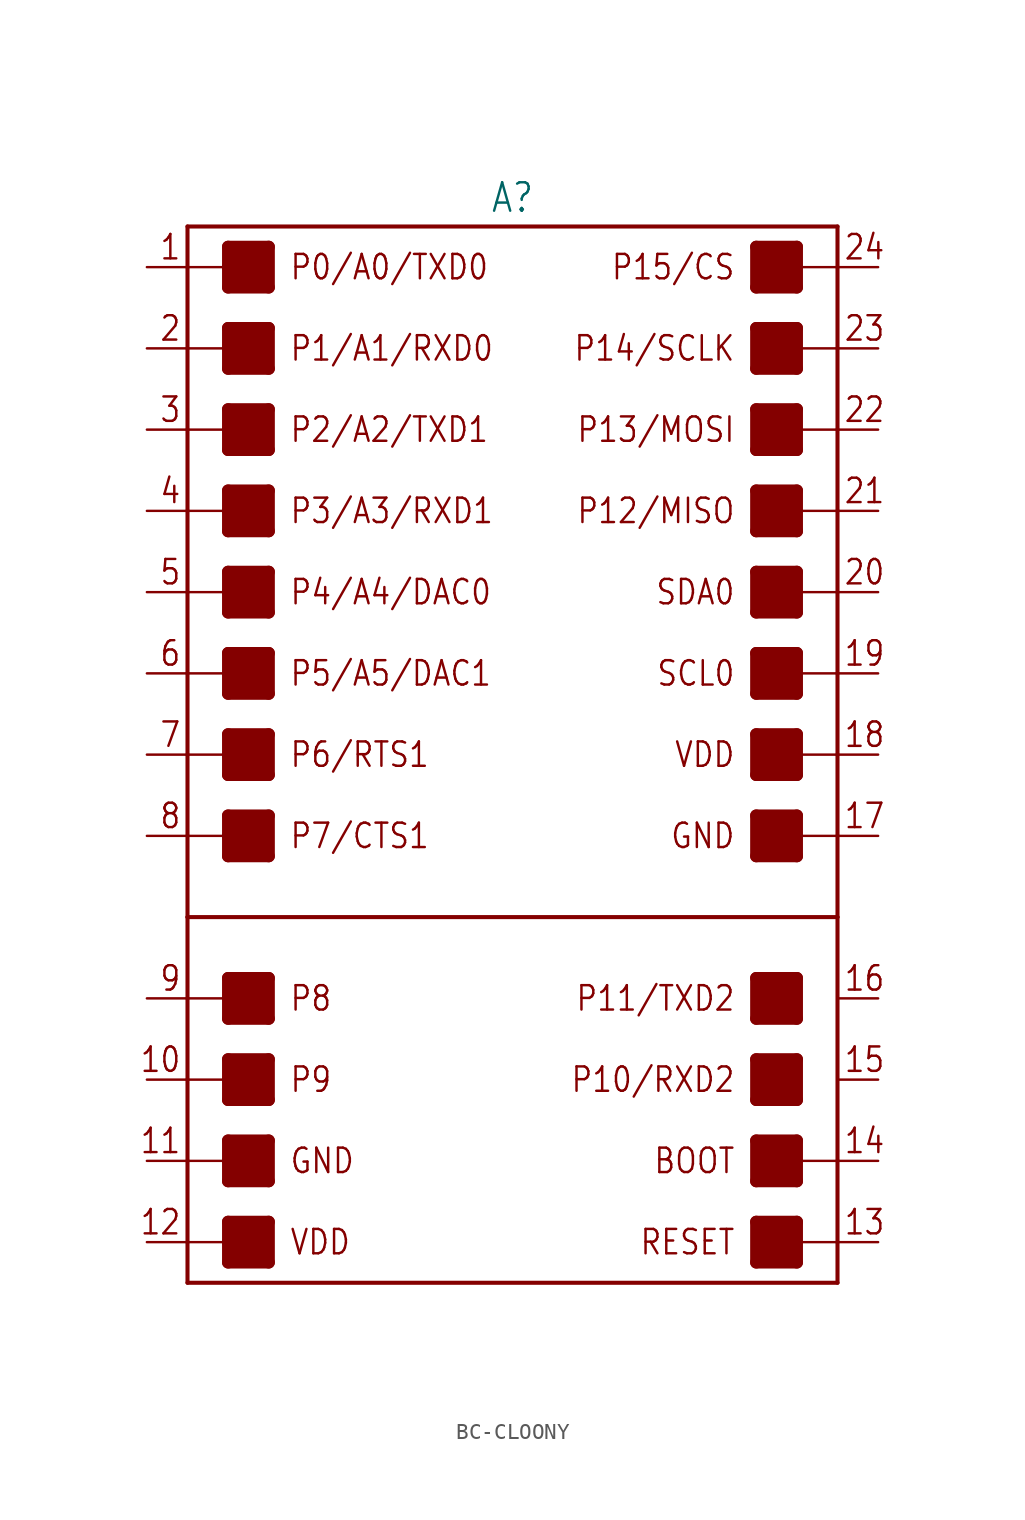
<source format=kicad_sym>
(kicad_symbol_lib
  (version 20231120)
  (generator "kicad_symbol_editor")
  (generator_version "8.0")
  (symbol "BC-CLOONY"
    (property "Reference" "A"
      (at 0 33.782 0)
      (effects (font (size 1.778 1.511)) (justify bottom)))
    (property "Value" ""
      (at 0 -33.782 0)
      (effects (font (size 1.778 1.511)) (justify top)))
    (property "ki_locked" ""
      (at 0 0 0)
      (effects (font (size 1.27 1.27))))
    (symbol "BC-CLOONY_1_0"
      (rectangle (start -17.78 -31.75) (end -15.24 -29.21) (stroke (width 0) (type default)) (fill (type outline)))
      (rectangle (start -17.78 -26.67) (end -15.24 -24.13) (stroke (width 0) (type default)) (fill (type outline)))
      (rectangle (start -17.78 -21.59) (end -15.24 -19.05) (stroke (width 0) (type default)) (fill (type outline)))
      (rectangle (start -17.78 -16.51) (end -15.24 -13.97) (stroke (width 0) (type default)) (fill (type outline)))
      (rectangle (start -17.78 -6.35) (end -15.24 -3.81) (stroke (width 0) (type default)) (fill (type outline)))
      (rectangle (start -17.78 -1.27) (end -15.24 1.27) (stroke (width 0) (type default)) (fill (type outline)))
      (rectangle (start -17.78 3.81) (end -15.24 6.35) (stroke (width 0) (type default)) (fill (type outline)))
      (rectangle (start -17.78 8.89) (end -15.24 11.43) (stroke (width 0) (type default)) (fill (type outline)))
      (rectangle (start -17.78 13.97) (end -15.24 16.51) (stroke (width 0) (type default)) (fill (type outline)))
      (rectangle (start -17.78 19.05) (end -15.24 21.59) (stroke (width 0) (type default)) (fill (type outline)))
      (rectangle (start -17.78 24.13) (end -15.24 26.67) (stroke (width 0) (type default)) (fill (type outline)))
      (rectangle (start -17.78 29.21) (end -15.24 31.75) (stroke (width 0) (type default)) (fill (type outline)))
      (polyline (pts (xy -20.32 -30.48) (xy -20.32 -33.02)) (stroke (width 0.254) (type solid)) (fill (type none)))
      (polyline (pts (xy -20.32 -30.48) (xy -17.78 -30.48)) (stroke (width 0.152) (type solid)) (fill (type none)))
      (polyline (pts (xy -20.32 -25.4) (xy -20.32 -30.48)) (stroke (width 0.254) (type solid)) (fill (type none)))
      (polyline (pts (xy -20.32 -25.4) (xy -17.78 -25.4)) (stroke (width 0.152) (type solid)) (fill (type none)))
      (polyline (pts (xy -20.32 -20.32) (xy -20.32 -25.4)) (stroke (width 0.254) (type solid)) (fill (type none)))
      (polyline (pts (xy -20.32 -20.32) (xy -17.78 -20.32)) (stroke (width 0.152) (type solid)) (fill (type none)))
      (polyline (pts (xy -20.32 -15.24) (xy -20.32 -20.32)) (stroke (width 0.254) (type solid)) (fill (type none)))
      (polyline (pts (xy -20.32 -15.24) (xy -17.78 -15.24)) (stroke (width 0.152) (type solid)) (fill (type none)))
      (polyline (pts (xy -20.32 -10.16) (xy -20.32 -15.24)) (stroke (width 0.254) (type solid)) (fill (type none)))
      (polyline (pts (xy -20.32 -10.16) (xy 20.32 -10.16)) (stroke (width 0.254) (type solid)) (fill (type none)))
      (polyline (pts (xy -20.32 -5.08) (xy -20.32 -10.16)) (stroke (width 0.254) (type solid)) (fill (type none)))
      (polyline (pts (xy -20.32 -5.08) (xy -17.78 -5.08)) (stroke (width 0.152) (type solid)) (fill (type none)))
      (polyline (pts (xy -20.32 0) (xy -20.32 -5.08)) (stroke (width 0.254) (type solid)) (fill (type none)))
      (polyline (pts (xy -20.32 0) (xy -17.78 0)) (stroke (width 0.152) (type solid)) (fill (type none)))
      (polyline (pts (xy -20.32 5.08) (xy -20.32 0)) (stroke (width 0.254) (type solid)) (fill (type none)))
      (polyline (pts (xy -20.32 5.08) (xy -17.78 5.08)) (stroke (width 0.152) (type solid)) (fill (type none)))
      (polyline (pts (xy -20.32 10.16) (xy -20.32 5.08)) (stroke (width 0.254) (type solid)) (fill (type none)))
      (polyline (pts (xy -20.32 10.16) (xy -17.78 10.16)) (stroke (width 0.152) (type solid)) (fill (type none)))
      (polyline (pts (xy -20.32 15.24) (xy -20.32 10.16)) (stroke (width 0.254) (type solid)) (fill (type none)))
      (polyline (pts (xy -20.32 15.24) (xy -17.78 15.24)) (stroke (width 0.152) (type solid)) (fill (type none)))
      (polyline (pts (xy -20.32 20.32) (xy -20.32 15.24)) (stroke (width 0.254) (type solid)) (fill (type none)))
      (polyline (pts (xy -20.32 20.32) (xy -17.78 20.32)) (stroke (width 0.152) (type solid)) (fill (type none)))
      (polyline (pts (xy -20.32 25.4) (xy -20.32 20.32)) (stroke (width 0.254) (type solid)) (fill (type none)))
      (polyline (pts (xy -20.32 25.4) (xy -17.78 25.4)) (stroke (width 0.152) (type solid)) (fill (type none)))
      (polyline (pts (xy -20.32 30.48) (xy -20.32 25.4)) (stroke (width 0.254) (type solid)) (fill (type none)))
      (polyline (pts (xy -20.32 30.48) (xy -17.78 30.48)) (stroke (width 0.152) (type solid)) (fill (type none)))
      (polyline (pts (xy -20.32 33.02) (xy -20.32 30.48)) (stroke (width 0.254) (type solid)) (fill (type none)))
      (polyline (pts (xy -20.32 33.02) (xy 20.32 33.02)) (stroke (width 0.254) (type solid)) (fill (type none)))
      (polyline (pts (xy -17.78 -31.75) (xy -15.24 -31.75)) (stroke (width 0.762) (type solid)) (fill (type none)))
      (polyline (pts (xy -17.78 -30.48) (xy -17.78 -31.75)) (stroke (width 0.762) (type solid)) (fill (type none)))
      (polyline (pts (xy -17.78 -29.21) (xy -17.78 -30.48)) (stroke (width 0.762) (type solid)) (fill (type none)))
      (polyline (pts (xy -17.78 -29.21) (xy -15.24 -29.21)) (stroke (width 0.762) (type solid)) (fill (type none)))
      (polyline (pts (xy -17.78 -26.67) (xy -15.24 -26.67)) (stroke (width 0.762) (type solid)) (fill (type none)))
      (polyline (pts (xy -17.78 -25.4) (xy -17.78 -26.67)) (stroke (width 0.762) (type solid)) (fill (type none)))
      (polyline (pts (xy -17.78 -24.13) (xy -17.78 -25.4)) (stroke (width 0.762) (type solid)) (fill (type none)))
      (polyline (pts (xy -17.78 -24.13) (xy -15.24 -24.13)) (stroke (width 0.762) (type solid)) (fill (type none)))
      (polyline (pts (xy -17.78 -21.59) (xy -15.24 -21.59)) (stroke (width 0.762) (type solid)) (fill (type none)))
      (polyline (pts (xy -17.78 -20.32) (xy -17.78 -21.59)) (stroke (width 0.762) (type solid)) (fill (type none)))
      (polyline (pts (xy -17.78 -19.05) (xy -17.78 -20.32)) (stroke (width 0.762) (type solid)) (fill (type none)))
      (polyline (pts (xy -17.78 -19.05) (xy -15.24 -19.05)) (stroke (width 0.762) (type solid)) (fill (type none)))
      (polyline (pts (xy -17.78 -16.51) (xy -15.24 -16.51)) (stroke (width 0.762) (type solid)) (fill (type none)))
      (polyline (pts (xy -17.78 -15.24) (xy -17.78 -16.51)) (stroke (width 0.762) (type solid)) (fill (type none)))
      (polyline (pts (xy -17.78 -13.97) (xy -17.78 -15.24)) (stroke (width 0.762) (type solid)) (fill (type none)))
      (polyline (pts (xy -17.78 -13.97) (xy -15.24 -13.97)) (stroke (width 0.762) (type solid)) (fill (type none)))
      (polyline (pts (xy -17.78 -6.35) (xy -15.24 -6.35)) (stroke (width 0.762) (type solid)) (fill (type none)))
      (polyline (pts (xy -17.78 -5.08) (xy -17.78 -6.35)) (stroke (width 0.762) (type solid)) (fill (type none)))
      (polyline (pts (xy -17.78 -3.81) (xy -17.78 -5.08)) (stroke (width 0.762) (type solid)) (fill (type none)))
      (polyline (pts (xy -17.78 -3.81) (xy -15.24 -3.81)) (stroke (width 0.762) (type solid)) (fill (type none)))
      (polyline (pts (xy -17.78 -1.27) (xy -15.24 -1.27)) (stroke (width 0.762) (type solid)) (fill (type none)))
      (polyline (pts (xy -17.78 0) (xy -17.78 -1.27)) (stroke (width 0.762) (type solid)) (fill (type none)))
      (polyline (pts (xy -17.78 1.27) (xy -17.78 0)) (stroke (width 0.762) (type solid)) (fill (type none)))
      (polyline (pts (xy -17.78 1.27) (xy -15.24 1.27)) (stroke (width 0.762) (type solid)) (fill (type none)))
      (polyline (pts (xy -17.78 3.81) (xy -15.24 3.81)) (stroke (width 0.762) (type solid)) (fill (type none)))
      (polyline (pts (xy -17.78 5.08) (xy -17.78 3.81)) (stroke (width 0.762) (type solid)) (fill (type none)))
      (polyline (pts (xy -17.78 6.35) (xy -17.78 5.08)) (stroke (width 0.762) (type solid)) (fill (type none)))
      (polyline (pts (xy -17.78 6.35) (xy -15.24 6.35)) (stroke (width 0.762) (type solid)) (fill (type none)))
      (polyline (pts (xy -17.78 8.89) (xy -15.24 8.89)) (stroke (width 0.762) (type solid)) (fill (type none)))
      (polyline (pts (xy -17.78 10.16) (xy -17.78 8.89)) (stroke (width 0.762) (type solid)) (fill (type none)))
      (polyline (pts (xy -17.78 11.43) (xy -17.78 10.16)) (stroke (width 0.762) (type solid)) (fill (type none)))
      (polyline (pts (xy -17.78 11.43) (xy -15.24 11.43)) (stroke (width 0.762) (type solid)) (fill (type none)))
      (polyline (pts (xy -17.78 13.97) (xy -15.24 13.97)) (stroke (width 0.762) (type solid)) (fill (type none)))
      (polyline (pts (xy -17.78 15.24) (xy -17.78 13.97)) (stroke (width 0.762) (type solid)) (fill (type none)))
      (polyline (pts (xy -17.78 16.51) (xy -17.78 15.24)) (stroke (width 0.762) (type solid)) (fill (type none)))
      (polyline (pts (xy -17.78 16.51) (xy -15.24 16.51)) (stroke (width 0.762) (type solid)) (fill (type none)))
      (polyline (pts (xy -17.78 19.05) (xy -15.24 19.05)) (stroke (width 0.762) (type solid)) (fill (type none)))
      (polyline (pts (xy -17.78 20.32) (xy -17.78 19.05)) (stroke (width 0.762) (type solid)) (fill (type none)))
      (polyline (pts (xy -17.78 21.59) (xy -17.78 20.32)) (stroke (width 0.762) (type solid)) (fill (type none)))
      (polyline (pts (xy -17.78 21.59) (xy -15.24 21.59)) (stroke (width 0.762) (type solid)) (fill (type none)))
      (polyline (pts (xy -17.78 24.13) (xy -15.24 24.13)) (stroke (width 0.762) (type solid)) (fill (type none)))
      (polyline (pts (xy -17.78 25.4) (xy -17.78 24.13)) (stroke (width 0.762) (type solid)) (fill (type none)))
      (polyline (pts (xy -17.78 26.67) (xy -17.78 25.4)) (stroke (width 0.762) (type solid)) (fill (type none)))
      (polyline (pts (xy -17.78 26.67) (xy -15.24 26.67)) (stroke (width 0.762) (type solid)) (fill (type none)))
      (polyline (pts (xy -17.78 29.21) (xy -15.24 29.21)) (stroke (width 0.762) (type solid)) (fill (type none)))
      (polyline (pts (xy -17.78 30.48) (xy -17.78 29.21)) (stroke (width 0.762) (type solid)) (fill (type none)))
      (polyline (pts (xy -17.78 31.75) (xy -17.78 30.48)) (stroke (width 0.762) (type solid)) (fill (type none)))
      (polyline (pts (xy -17.78 31.75) (xy -15.24 31.75)) (stroke (width 0.762) (type solid)) (fill (type none)))
      (polyline (pts (xy -15.24 -31.75) (xy -15.24 -29.21)) (stroke (width 0.762) (type solid)) (fill (type none)))
      (polyline (pts (xy -15.24 -26.67) (xy -15.24 -24.13)) (stroke (width 0.762) (type solid)) (fill (type none)))
      (polyline (pts (xy -15.24 -21.59) (xy -15.24 -19.05)) (stroke (width 0.762) (type solid)) (fill (type none)))
      (polyline (pts (xy -15.24 -16.51) (xy -15.24 -13.97)) (stroke (width 0.762) (type solid)) (fill (type none)))
      (polyline (pts (xy -15.24 -6.35) (xy -15.24 -3.81)) (stroke (width 0.762) (type solid)) (fill (type none)))
      (polyline (pts (xy -15.24 -1.27) (xy -15.24 1.27)) (stroke (width 0.762) (type solid)) (fill (type none)))
      (polyline (pts (xy -15.24 3.81) (xy -15.24 6.35)) (stroke (width 0.762) (type solid)) (fill (type none)))
      (polyline (pts (xy -15.24 8.89) (xy -15.24 11.43)) (stroke (width 0.762) (type solid)) (fill (type none)))
      (polyline (pts (xy -15.24 13.97) (xy -15.24 16.51)) (stroke (width 0.762) (type solid)) (fill (type none)))
      (polyline (pts (xy -15.24 19.05) (xy -15.24 21.59)) (stroke (width 0.762) (type solid)) (fill (type none)))
      (polyline (pts (xy -15.24 24.13) (xy -15.24 26.67)) (stroke (width 0.762) (type solid)) (fill (type none)))
      (polyline (pts (xy -15.24 29.21) (xy -15.24 31.75)) (stroke (width 0.762) (type solid)) (fill (type none)))
      (polyline (pts (xy 15.24 -31.75) (xy 17.78 -31.75)) (stroke (width 0.762) (type solid)) (fill (type none)))
      (polyline (pts (xy 15.24 -29.21) (xy 15.24 -31.75)) (stroke (width 0.762) (type solid)) (fill (type none)))
      (polyline (pts (xy 15.24 -29.21) (xy 17.78 -29.21)) (stroke (width 0.762) (type solid)) (fill (type none)))
      (polyline (pts (xy 15.24 -26.67) (xy 17.78 -26.67)) (stroke (width 0.762) (type solid)) (fill (type none)))
      (polyline (pts (xy 15.24 -24.13) (xy 15.24 -26.67)) (stroke (width 0.762) (type solid)) (fill (type none)))
      (polyline (pts (xy 15.24 -24.13) (xy 17.78 -24.13)) (stroke (width 0.762) (type solid)) (fill (type none)))
      (polyline (pts (xy 15.24 -21.59) (xy 17.78 -21.59)) (stroke (width 0.762) (type solid)) (fill (type none)))
      (polyline (pts (xy 15.24 -19.05) (xy 15.24 -21.59)) (stroke (width 0.762) (type solid)) (fill (type none)))
      (polyline (pts (xy 15.24 -19.05) (xy 17.78 -19.05)) (stroke (width 0.762) (type solid)) (fill (type none)))
      (polyline (pts (xy 15.24 -16.51) (xy 17.78 -16.51)) (stroke (width 0.762) (type solid)) (fill (type none)))
      (polyline (pts (xy 15.24 -13.97) (xy 15.24 -16.51)) (stroke (width 0.762) (type solid)) (fill (type none)))
      (polyline (pts (xy 15.24 -13.97) (xy 17.78 -13.97)) (stroke (width 0.762) (type solid)) (fill (type none)))
      (polyline (pts (xy 15.24 -6.35) (xy 17.78 -6.35)) (stroke (width 0.762) (type solid)) (fill (type none)))
      (polyline (pts (xy 15.24 -3.81) (xy 15.24 -6.35)) (stroke (width 0.762) (type solid)) (fill (type none)))
      (polyline (pts (xy 15.24 -3.81) (xy 17.78 -3.81)) (stroke (width 0.762) (type solid)) (fill (type none)))
      (polyline (pts (xy 15.24 -1.27) (xy 17.78 -1.27)) (stroke (width 0.762) (type solid)) (fill (type none)))
      (polyline (pts (xy 15.24 1.27) (xy 15.24 -1.27)) (stroke (width 0.762) (type solid)) (fill (type none)))
      (polyline (pts (xy 15.24 1.27) (xy 17.78 1.27)) (stroke (width 0.762) (type solid)) (fill (type none)))
      (polyline (pts (xy 15.24 3.81) (xy 17.78 3.81)) (stroke (width 0.762) (type solid)) (fill (type none)))
      (polyline (pts (xy 15.24 6.35) (xy 15.24 3.81)) (stroke (width 0.762) (type solid)) (fill (type none)))
      (polyline (pts (xy 15.24 6.35) (xy 17.78 6.35)) (stroke (width 0.762) (type solid)) (fill (type none)))
      (polyline (pts (xy 15.24 8.89) (xy 17.78 8.89)) (stroke (width 0.762) (type solid)) (fill (type none)))
      (polyline (pts (xy 15.24 11.43) (xy 15.24 8.89)) (stroke (width 0.762) (type solid)) (fill (type none)))
      (polyline (pts (xy 15.24 11.43) (xy 17.78 11.43)) (stroke (width 0.762) (type solid)) (fill (type none)))
      (polyline (pts (xy 15.24 13.97) (xy 17.78 13.97)) (stroke (width 0.762) (type solid)) (fill (type none)))
      (polyline (pts (xy 15.24 16.51) (xy 15.24 13.97)) (stroke (width 0.762) (type solid)) (fill (type none)))
      (polyline (pts (xy 15.24 16.51) (xy 17.78 16.51)) (stroke (width 0.762) (type solid)) (fill (type none)))
      (polyline (pts (xy 15.24 19.05) (xy 17.78 19.05)) (stroke (width 0.762) (type solid)) (fill (type none)))
      (polyline (pts (xy 15.24 21.59) (xy 15.24 19.05)) (stroke (width 0.762) (type solid)) (fill (type none)))
      (polyline (pts (xy 15.24 21.59) (xy 17.78 21.59)) (stroke (width 0.762) (type solid)) (fill (type none)))
      (polyline (pts (xy 15.24 24.13) (xy 17.78 24.13)) (stroke (width 0.762) (type solid)) (fill (type none)))
      (polyline (pts (xy 15.24 26.67) (xy 15.24 24.13)) (stroke (width 0.762) (type solid)) (fill (type none)))
      (polyline (pts (xy 15.24 26.67) (xy 17.78 26.67)) (stroke (width 0.762) (type solid)) (fill (type none)))
      (polyline (pts (xy 15.24 29.21) (xy 17.78 29.21)) (stroke (width 0.762) (type solid)) (fill (type none)))
      (polyline (pts (xy 15.24 31.75) (xy 15.24 29.21)) (stroke (width 0.762) (type solid)) (fill (type none)))
      (polyline (pts (xy 15.24 31.75) (xy 17.78 31.75)) (stroke (width 0.762) (type solid)) (fill (type none)))
      (polyline (pts (xy 17.78 -31.75) (xy 17.78 -29.21)) (stroke (width 0.762) (type solid)) (fill (type none)))
      (polyline (pts (xy 17.78 -30.48) (xy 20.32 -30.48)) (stroke (width 0.152) (type solid)) (fill (type none)))
      (polyline (pts (xy 17.78 -26.67) (xy 17.78 -24.13)) (stroke (width 0.762) (type solid)) (fill (type none)))
      (polyline (pts (xy 17.78 -25.4) (xy 20.32 -25.4)) (stroke (width 0.152) (type solid)) (fill (type none)))
      (polyline (pts (xy 17.78 -21.59) (xy 17.78 -19.05)) (stroke (width 0.762) (type solid)) (fill (type none)))
      (polyline (pts (xy 17.78 -16.51) (xy 17.78 -13.97)) (stroke (width 0.762) (type solid)) (fill (type none)))
      (polyline (pts (xy 17.78 -6.35) (xy 17.78 -3.81)) (stroke (width 0.762) (type solid)) (fill (type none)))
      (polyline (pts (xy 17.78 -1.27) (xy 17.78 1.27)) (stroke (width 0.762) (type solid)) (fill (type none)))
      (polyline (pts (xy 17.78 3.81) (xy 17.78 6.35)) (stroke (width 0.762) (type solid)) (fill (type none)))
      (polyline (pts (xy 17.78 8.89) (xy 17.78 11.43)) (stroke (width 0.762) (type solid)) (fill (type none)))
      (polyline (pts (xy 17.78 13.97) (xy 17.78 16.51)) (stroke (width 0.762) (type solid)) (fill (type none)))
      (polyline (pts (xy 17.78 19.05) (xy 17.78 21.59)) (stroke (width 0.762) (type solid)) (fill (type none)))
      (polyline (pts (xy 17.78 24.13) (xy 17.78 26.67)) (stroke (width 0.762) (type solid)) (fill (type none)))
      (polyline (pts (xy 17.78 29.21) (xy 17.78 31.75)) (stroke (width 0.762) (type solid)) (fill (type none)))
      (polyline (pts (xy 20.32 -33.02) (xy -20.32 -33.02)) (stroke (width 0.254) (type solid)) (fill (type none)))
      (polyline (pts (xy 20.32 -30.48) (xy 20.32 -33.02)) (stroke (width 0.254) (type solid)) (fill (type none)))
      (polyline (pts (xy 20.32 -25.4) (xy 20.32 -30.48)) (stroke (width 0.254) (type solid)) (fill (type none)))
      (polyline (pts (xy 20.32 -10.16) (xy 20.32 -25.4)) (stroke (width 0.254) (type solid)) (fill (type none)))
      (polyline (pts (xy 20.32 -5.08) (xy 17.78 -5.08)) (stroke (width 0.152) (type solid)) (fill (type none)))
      (polyline (pts (xy 20.32 -5.08) (xy 20.32 -10.16)) (stroke (width 0.254) (type solid)) (fill (type none)))
      (polyline (pts (xy 20.32 0) (xy 17.78 0)) (stroke (width 0.152) (type solid)) (fill (type none)))
      (polyline (pts (xy 20.32 0) (xy 20.32 -5.08)) (stroke (width 0.254) (type solid)) (fill (type none)))
      (polyline (pts (xy 20.32 5.08) (xy 17.78 5.08)) (stroke (width 0.152) (type solid)) (fill (type none)))
      (polyline (pts (xy 20.32 5.08) (xy 20.32 0)) (stroke (width 0.254) (type solid)) (fill (type none)))
      (polyline (pts (xy 20.32 10.16) (xy 17.78 10.16)) (stroke (width 0.152) (type solid)) (fill (type none)))
      (polyline (pts (xy 20.32 10.16) (xy 20.32 5.08)) (stroke (width 0.254) (type solid)) (fill (type none)))
      (polyline (pts (xy 20.32 15.24) (xy 17.78 15.24)) (stroke (width 0.152) (type solid)) (fill (type none)))
      (polyline (pts (xy 20.32 15.24) (xy 20.32 10.16)) (stroke (width 0.254) (type solid)) (fill (type none)))
      (polyline (pts (xy 20.32 20.32) (xy 17.78 20.32)) (stroke (width 0.152) (type solid)) (fill (type none)))
      (polyline (pts (xy 20.32 20.32) (xy 20.32 15.24)) (stroke (width 0.254) (type solid)) (fill (type none)))
      (polyline (pts (xy 20.32 25.4) (xy 17.78 25.4)) (stroke (width 0.152) (type solid)) (fill (type none)))
      (polyline (pts (xy 20.32 25.4) (xy 20.32 20.32)) (stroke (width 0.254) (type solid)) (fill (type none)))
      (polyline (pts (xy 20.32 30.48) (xy 17.78 30.48)) (stroke (width 0.152) (type solid)) (fill (type none)))
      (polyline (pts (xy 20.32 30.48) (xy 20.32 25.4)) (stroke (width 0.254) (type solid)) (fill (type none)))
      (polyline (pts (xy 20.32 33.02) (xy 20.32 30.48)) (stroke (width 0.254) (type solid)) (fill (type none)))
      (rectangle (start 15.24 -31.75) (end 17.78 -29.21) (stroke (width 0) (type default)) (fill (type outline)))
      (rectangle (start 15.24 -26.67) (end 17.78 -24.13) (stroke (width 0) (type default)) (fill (type outline)))
      (rectangle (start 15.24 -21.59) (end 17.78 -19.05) (stroke (width 0) (type default)) (fill (type outline)))
      (rectangle (start 15.24 -16.51) (end 17.78 -13.97) (stroke (width 0) (type default)) (fill (type outline)))
      (rectangle (start 15.24 -6.35) (end 17.78 -3.81) (stroke (width 0) (type default)) (fill (type outline)))
      (rectangle (start 15.24 -1.27) (end 17.78 1.27) (stroke (width 0) (type default)) (fill (type outline)))
      (rectangle (start 15.24 3.81) (end 17.78 6.35) (stroke (width 0) (type default)) (fill (type outline)))
      (rectangle (start 15.24 8.89) (end 17.78 11.43) (stroke (width 0) (type default)) (fill (type outline)))
      (rectangle (start 15.24 13.97) (end 17.78 16.51) (stroke (width 0) (type default)) (fill (type outline)))
      (rectangle (start 15.24 19.05) (end 17.78 21.59) (stroke (width 0) (type default)) (fill (type outline)))
      (rectangle (start 15.24 24.13) (end 17.78 26.67) (stroke (width 0) (type default)) (fill (type outline)))
      (rectangle (start 15.24 29.21) (end 17.78 31.75) (stroke (width 0) (type default)) (fill (type outline)))
      (text "1" (at -20.676 30.836 0) (effects (font (size 1.524 1.295)) (justify right bottom)))
      (text "10" (at -20.676 -19.964 0) (effects (font (size 1.524 1.295)) (justify right bottom)))
      (text "11" (at -20.676 -25.044 0) (effects (font (size 1.524 1.295)) (justify right bottom)))
      (text "12" (at -20.676 -30.124 0) (effects (font (size 1.524 1.295)) (justify right bottom)))
      (text "13" (at 20.676 -30.124 0) (effects (font (size 1.524 1.295)) (justify left bottom)))
      (text "14" (at 20.676 -25.044 0) (effects (font (size 1.524 1.295)) (justify left bottom)))
      (text "15" (at 20.676 -19.964 0) (effects (font (size 1.524 1.295)) (justify left bottom)))
      (text "16" (at 20.676 -14.884 0) (effects (font (size 1.524 1.295)) (justify left bottom)))
      (text "17" (at 20.676 -4.724 0) (effects (font (size 1.524 1.295)) (justify left bottom)))
      (text "18" (at 20.676 0.356 0) (effects (font (size 1.524 1.295)) (justify left bottom)))
      (text "19" (at 20.676 5.436 0) (effects (font (size 1.524 1.295)) (justify left bottom)))
      (text "2" (at -20.676 25.756 0) (effects (font (size 1.524 1.295)) (justify right bottom)))
      (text "20" (at 20.676 10.516 0) (effects (font (size 1.524 1.295)) (justify left bottom)))
      (text "21" (at 20.676 15.596 0) (effects (font (size 1.524 1.295)) (justify left bottom)))
      (text "22" (at 20.676 20.676 0) (effects (font (size 1.524 1.295)) (justify left bottom)))
      (text "23" (at 20.676 25.756 0) (effects (font (size 1.524 1.295)) (justify left bottom)))
      (text "24" (at 20.676 30.836 0) (effects (font (size 1.524 1.295)) (justify left bottom)))
      (text "3" (at -20.676 20.676 0) (effects (font (size 1.524 1.295)) (justify right bottom)))
      (text "4" (at -20.676 15.596 0) (effects (font (size 1.524 1.295)) (justify right bottom)))
      (text "5" (at -20.676 10.516 0) (effects (font (size 1.524 1.295)) (justify right bottom)))
      (text "6" (at -20.676 5.436 0) (effects (font (size 1.524 1.295)) (justify right bottom)))
      (text "7" (at -20.676 0.356 0) (effects (font (size 1.524 1.295)) (justify right bottom)))
      (text "8" (at -20.676 -4.724 0) (effects (font (size 1.524 1.295)) (justify right bottom)))
      (text "9" (at -20.676 -14.884 0) (effects (font (size 1.524 1.295)) (justify right bottom)))
      (text "BOOT" (at 13.97 -25.4 0) (effects (font (size 1.524 1.295)) (justify right)))
      (text "GND" (at -13.97 -25.4 0) (effects (font (size 1.524 1.295)) (justify left)))
      (text "GND" (at 13.97 -5.08 0) (effects (font (size 1.524 1.295)) (justify right)))
      (text "P0/A0/TXD0" (at -13.97 30.48 0) (effects (font (size 1.524 1.295)) (justify left)))
      (text "P1/A1/RXD0" (at -13.97 25.4 0) (effects (font (size 1.524 1.295)) (justify left)))
      (text "P10/RXD2" (at 13.97 -20.32 0) (effects (font (size 1.524 1.295)) (justify right)))
      (text "P11/TXD2" (at 13.97 -15.24 0) (effects (font (size 1.524 1.295)) (justify right)))
      (text "P12/MISO" (at 13.97 15.24 0) (effects (font (size 1.524 1.295)) (justify right)))
      (text "P13/MOSI" (at 13.97 20.32 0) (effects (font (size 1.524 1.295)) (justify right)))
      (text "P14/SCLK" (at 13.97 25.4 0) (effects (font (size 1.524 1.295)) (justify right)))
      (text "P15/CS" (at 13.97 30.48 0) (effects (font (size 1.524 1.295)) (justify right)))
      (text "P2/A2/TXD1" (at -13.97 20.32 0) (effects (font (size 1.524 1.295)) (justify left)))
      (text "P3/A3/RXD1" (at -13.97 15.24 0) (effects (font (size 1.524 1.295)) (justify left)))
      (text "P4/A4/DAC0" (at -13.97 10.16 0) (effects (font (size 1.524 1.295)) (justify left)))
      (text "P5/A5/DAC1" (at -13.97 5.08 0) (effects (font (size 1.524 1.295)) (justify left)))
      (text "P6/RTS1" (at -13.97 0 0) (effects (font (size 1.524 1.295)) (justify left)))
      (text "P7/CTS1" (at -13.97 -5.08 0) (effects (font (size 1.524 1.295)) (justify left)))
      (text "P8" (at -13.97 -15.24 0) (effects (font (size 1.524 1.295)) (justify left)))
      (text "P9" (at -13.97 -20.32 0) (effects (font (size 1.524 1.295)) (justify left)))
      (text "RESET" (at 13.97 -30.48 0) (effects (font (size 1.524 1.295)) (justify right)))
      (text "SCL0" (at 13.97 5.08 0) (effects (font (size 1.524 1.295)) (justify right)))
      (text "SDA0" (at 13.97 10.16 0) (effects (font (size 1.524 1.295)) (justify right)))
      (text "VDD" (at -13.97 -30.48 0) (effects (font (size 1.524 1.295)) (justify left)))
      (text "VDD" (at 13.97 0 0) (effects (font (size 1.524 1.295)) (justify right)))
      (pin passive line (at -22.86 30.48 0) (length 2.54) (name "P0/A0/TXD0" (effects (font (size 0 0)))) (number "1" (effects (font (size 0 0)))))
      (pin passive line (at -22.86 -20.32 0) (length 2.54) (name "P9" (effects (font (size 0 0)))) (number "10" (effects (font (size 0 0)))))
      (pin passive line (at -22.86 -25.4 0) (length 2.54) (name "GND1" (effects (font (size 0 0)))) (number "11" (effects (font (size 0 0)))))
      (pin passive line (at -22.86 -30.48 0) (length 2.54) (name "VDD1" (effects (font (size 0 0)))) (number "12" (effects (font (size 0 0)))))
      (pin passive line (at 22.86 -30.48 180) (length 2.54) (name "RESET" (effects (font (size 0 0)))) (number "13" (effects (font (size 0 0)))))
      (pin passive line (at 22.86 -25.4 180) (length 2.54) (name "BOOT" (effects (font (size 0 0)))) (number "14" (effects (font (size 0 0)))))
      (pin passive line (at 22.86 -20.32 180) (length 2.54) (name "P10/RXD2" (effects (font (size 0 0)))) (number "15" (effects (font (size 0 0)))))
      (pin passive line (at 22.86 -15.24 180) (length 2.54) (name "P11/TXD2" (effects (font (size 0 0)))) (number "16" (effects (font (size 0 0)))))
      (pin passive line (at 22.86 -5.08 180) (length 2.54) (name "GND2" (effects (font (size 0 0)))) (number "17" (effects (font (size 0 0)))))
      (pin passive line (at 22.86 0 180) (length 2.54) (name "VDD2" (effects (font (size 0 0)))) (number "18" (effects (font (size 0 0)))))
      (pin passive line (at 22.86 5.08 180) (length 2.54) (name "SCL0" (effects (font (size 0 0)))) (number "19" (effects (font (size 0 0)))))
      (pin passive line (at -22.86 25.4 0) (length 2.54) (name "P1/A1/RXD0" (effects (font (size 0 0)))) (number "2" (effects (font (size 0 0)))))
      (pin passive line (at 22.86 10.16 180) (length 2.54) (name "SDA0" (effects (font (size 0 0)))) (number "20" (effects (font (size 0 0)))))
      (pin passive line (at 22.86 15.24 180) (length 2.54) (name "P12/MISO" (effects (font (size 0 0)))) (number "21" (effects (font (size 0 0)))))
      (pin passive line (at 22.86 20.32 180) (length 2.54) (name "P13/MOSI" (effects (font (size 0 0)))) (number "22" (effects (font (size 0 0)))))
      (pin passive line (at 22.86 25.4 180) (length 2.54) (name "P14/SCLK" (effects (font (size 0 0)))) (number "23" (effects (font (size 0 0)))))
      (pin passive line (at 22.86 30.48 180) (length 2.54) (name "P15/CS" (effects (font (size 0 0)))) (number "24" (effects (font (size 0 0)))))
      (pin passive line (at -22.86 20.32 0) (length 2.54) (name "P2/A2/TXD1" (effects (font (size 0 0)))) (number "3" (effects (font (size 0 0)))))
      (pin passive line (at -22.86 15.24 0) (length 2.54) (name "P3/A3/RXD1" (effects (font (size 0 0)))) (number "4" (effects (font (size 0 0)))))
      (pin passive line (at -22.86 10.16 0) (length 2.54) (name "P4/A4/DAC0" (effects (font (size 0 0)))) (number "5" (effects (font (size 0 0)))))
      (pin passive line (at -22.86 5.08 0) (length 2.54) (name "P5/A5/DAC1" (effects (font (size 0 0)))) (number "6" (effects (font (size 0 0)))))
      (pin passive line (at -22.86 0 0) (length 2.54) (name "P6/RTS1" (effects (font (size 0 0)))) (number "7" (effects (font (size 0 0)))))
      (pin passive line (at -22.86 -5.08 0) (length 2.54) (name "P7/CTS1" (effects (font (size 0 0)))) (number "8" (effects (font (size 0 0)))))
      (pin passive line (at -22.86 -15.24 0) (length 2.54) (name "P8" (effects (font (size 0 0)))) (number "9" (effects (font (size 0 0))))))))
</source>
